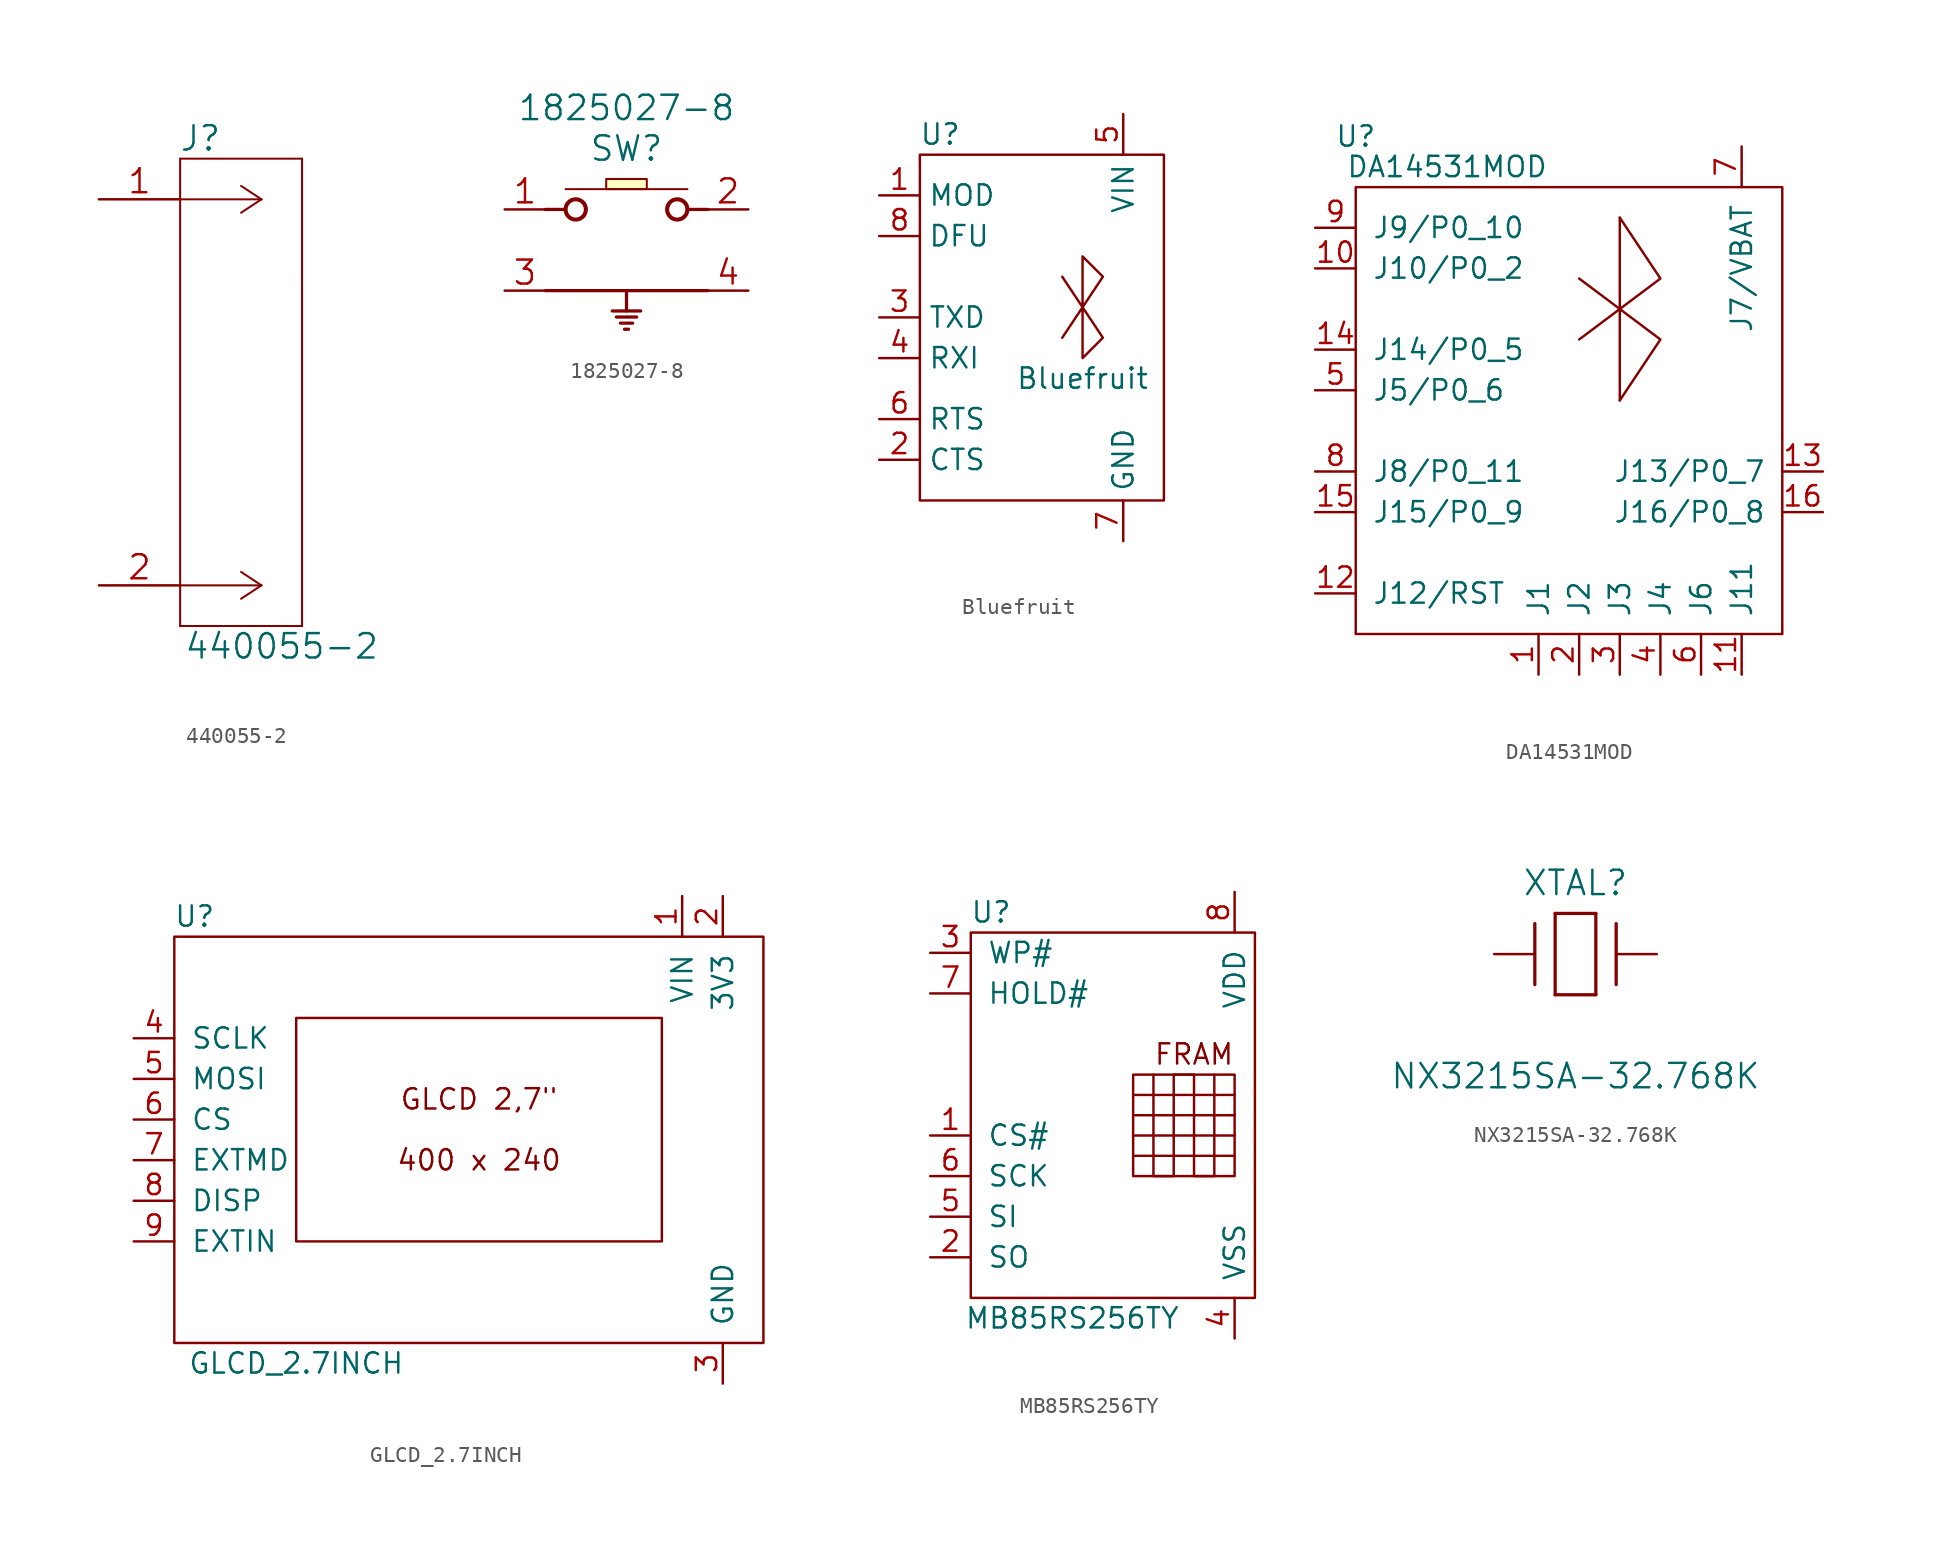
<source format=kicad_sym>
(kicad_symbol_lib
  (version 20211014)
  (generator kicad_symbol_editor)
  (symbol "440055-2"
    (pin_names
      (offset 0.254) hide)
    (property "Reference" "J"
      (at 6.35 3.81 0)
      (effects (font (size 1.524 1.524))))
    (property "Value" "440055-2"
      (at 11.43 -27.94 0)
      (effects (font (size 1.524 1.524))))
    (symbol "440055-2_0_1"
      (polyline (pts (xy 5.08 -26.67) (xy 12.7 -26.67)) (stroke (width 0.127) (type default) (color 0 0 0 0)) (fill (type none))))
    (symbol "440055-2_1_1"
      (polyline (pts (xy 5.08 2.54) (xy 5.08 -26.67)) (stroke (width 0.127) (type default) (color 0 0 0 0)) (fill (type none)))
      (polyline (pts (xy 10.16 -24.13) (xy 5.08 -24.13)) (stroke (width 0.127) (type default) (color 0 0 0 0)) (fill (type none)))
      (polyline (pts (xy 10.16 -24.13) (xy 8.89 -24.968)) (stroke (width 0.127) (type default) (color 0 0 0 0)) (fill (type none)))
      (polyline (pts (xy 10.16 -24.13) (xy 8.89 -23.292)) (stroke (width 0.127) (type default) (color 0 0 0 0)) (fill (type none)))
      (polyline (pts (xy 10.16 0) (xy 5.08 0)) (stroke (width 0.127) (type default) (color 0 0 0 0)) (fill (type none)))
      (polyline (pts (xy 10.16 0) (xy 8.89 -0.838)) (stroke (width 0.127) (type default) (color 0 0 0 0)) (fill (type none)))
      (polyline (pts (xy 10.16 0) (xy 8.89 0.838)) (stroke (width 0.127) (type default) (color 0 0 0 0)) (fill (type none)))
      (polyline (pts (xy 12.7 -26.67) (xy 12.7 -5.08)) (stroke (width 0.127) (type default) (color 0 0 0 0)) (fill (type none)))
      (polyline (pts (xy 12.7 -5.08) (xy 12.7 2.54)) (stroke (width 0.127) (type default) (color 0 0 0 0)) (fill (type none)))
      (polyline (pts (xy 12.7 2.54) (xy 5.08 2.54)) (stroke (width 0.127) (type default) (color 0 0 0 0)) (fill (type none)))
      (pin unspecified line (at 0 0 0) (length 5.08) (name "1" (effects (font (size 1.499 1.499)))) (number "1" (effects (font (size 1.499 1.499)))))
      (pin unspecified line (at 0 -24.13 0) (length 5.08) (name "2" (effects (font (size 1.499 1.499)))) (number "2" (effects (font (size 1.499 1.499)))))))
  (symbol "1825027-8"
    (pin_names
      (offset -1.905) hide)
    (property "Reference" "SW"
      (at 7.62 3.81 0)
      (effects (font (size 1.524 1.524))))
    (property "Value" "1825027-8"
      (at 7.62 6.35 0)
      (effects (font (size 1.524 1.524))))
    (symbol "1825027-8_0_1"
      (polyline (pts (xy 3.81 1.27) (xy 11.43 1.27)) (stroke (width 0.127) (type default) (color 0 0 0 0)) (fill (type none)))
      (rectangle (start 6.35 1.27) (end 8.89 1.905) (stroke (width 0.127) (type default) (color 0 0 0 0)) (fill (type background))))
    (symbol "1825027-8_1_1"
      (polyline (pts (xy 2.54 -5.08) (xy 12.7 -5.08)) (stroke (width 0.203) (type default) (color 0 0 0 0)) (fill (type none)))
      (polyline (pts (xy 2.54 0) (xy 3.81 0)) (stroke (width 0.203) (type default) (color 0 0 0 0)) (fill (type none)))
      (polyline (pts (xy 6.731 -6.35) (xy 8.509 -6.35)) (stroke (width 0.203) (type default) (color 0 0 0 0)) (fill (type none)))
      (polyline (pts (xy 6.985 -6.731) (xy 8.255 -6.731)) (stroke (width 0.203) (type default) (color 0 0 0 0)) (fill (type none)))
      (polyline (pts (xy 7.239 -7.112) (xy 8.001 -7.112)) (stroke (width 0.203) (type default) (color 0 0 0 0)) (fill (type none)))
      (polyline (pts (xy 7.493 -7.493) (xy 7.747 -7.493)) (stroke (width 0.203) (type default) (color 0 0 0 0)) (fill (type none)))
      (polyline (pts (xy 7.62 -5.08) (xy 7.62 -6.35)) (stroke (width 0.203) (type default) (color 0 0 0 0)) (fill (type none)))
      (polyline (pts (xy 12.7 0) (xy 11.43 0)) (stroke (width 0.203) (type default) (color 0 0 0 0)) (fill (type none)))
      (circle (center 4.445 0) (radius 0.635) (stroke (width 0.254) (type default) (color 0 0 0 0)) (fill (type none)))
      (circle (center 10.795 0) (radius 0.635) (stroke (width 0.254) (type default) (color 0 0 0 0)) (fill (type none)))
      (pin unspecified line (at 0 0 0) (length 2.54) (name "1" (effects (font (size 1.499 1.499)))) (number "1" (effects (font (size 1.499 1.499)))))
      (pin unspecified line (at 15.24 0 180) (length 2.54) (name "2" (effects (font (size 1.499 1.499)))) (number "2" (effects (font (size 1.499 1.499)))))
      (pin unspecified line (at 0 -5.08 0) (length 2.54) (name "3" (effects (font (size 1.499 1.499)))) (number "3" (effects (font (size 1.499 1.499)))))
      (pin unspecified line (at 15.24 -5.08 180) (length 2.54) (name "4" (effects (font (size 1.499 1.499)))) (number "4" (effects (font (size 1.499 1.499)))))))
  (symbol "Bluefruit"
    (property "Reference" "U"
      (at 3.81 20.32 0)
      (effects (font (size 1.27 1.27))))
    (property "Value" "Bluefruit"
      (at 12.7 5.08 0)
      (effects (font (size 1.27 1.27))))
    (symbol "Bluefruit_0_1"
      (polyline (pts (xy 11.43 11.43) (xy 13.97 7.62) (xy 12.7 6.35) (xy 12.7 12.7) (xy 13.97 11.43) (xy 11.43 7.62)) (stroke (width 0) (type default) (color 0 0 0 0)) (fill (type none)))
      (rectangle (start 2.54 19.05) (end 17.78 -2.54) (stroke (width 0) (type default) (color 0 0 0 0)) (fill (type none))))
    (symbol "Bluefruit_1_1"
      (pin input line (at 0 16.51 0) (length 2.54) (name "MOD" (effects (font (size 1.27 1.27)))) (number "1" (effects (font (size 1.27 1.27)))))
      (pin input line (at 0 0 0) (length 2.54) (name "CTS" (effects (font (size 1.27 1.27)))) (number "2" (effects (font (size 1.27 1.27)))))
      (pin output line (at 0 8.89 0) (length 2.54) (name "TXD" (effects (font (size 1.27 1.27)))) (number "3" (effects (font (size 1.27 1.27)))))
      (pin input line (at 0 6.35 0) (length 2.54) (name "RXI" (effects (font (size 1.27 1.27)))) (number "4" (effects (font (size 1.27 1.27)))))
      (pin power_in line (at 15.24 21.59 270) (length 2.54) (name "VIN" (effects (font (size 1.27 1.27)))) (number "5" (effects (font (size 1.27 1.27)))))
      (pin output line (at 0 2.54 0) (length 2.54) (name "RTS" (effects (font (size 1.27 1.27)))) (number "6" (effects (font (size 1.27 1.27)))))
      (pin power_in line (at 15.24 -5.08 90) (length 2.54) (name "GND" (effects (font (size 1.27 1.27)))) (number "7" (effects (font (size 1.27 1.27)))))
      (pin input line (at 0 13.97 0) (length 2.54) (name "DFU" (effects (font (size 1.27 1.27)))) (number "8" (effects (font (size 1.27 1.27)))))))
  (symbol "DA14531MOD"
    (pin_names
      (offset 1.016))
    (property "Reference" "U"
      (at 2.54 28.575 0)
      (effects (font (size 1.27 1.27))))
    (property "Value" "DA14531MOD"
      (at 8.255 26.67 0)
      (effects (font (size 1.27 1.27))))
    (symbol "DA14531MOD_0_1"
      (polyline (pts (xy 19.05 23.495) (xy 19.05 12.065)) (stroke (width 0) (type default) (color 0 0 0 0)) (fill (type none)))
      (polyline (pts (xy 19.05 12.065) (xy 21.59 15.875) (xy 16.51 19.685)) (stroke (width 0) (type default) (color 0 0 0 0)) (fill (type none)))
      (polyline (pts (xy 19.05 23.495) (xy 21.59 19.685) (xy 16.51 15.875)) (stroke (width 0) (type default) (color 0 0 0 0)) (fill (type none)))
      (rectangle (start 2.54 25.4) (end 29.21 -2.54) (stroke (width 0) (type default) (color 0 0 0 0)) (fill (type none))))
    (symbol "DA14531MOD_1_1"
      (pin power_in line (at 13.97 -5.08 90) (length 2.54) (name "J1" (effects (font (size 1.27 1.27)))) (number "1" (effects (font (size 1.27 1.27)))))
      (pin bidirectional line (at 0 20.32 0) (length 2.54) (name "J10/P0_2" (effects (font (size 1.27 1.27)))) (number "10" (effects (font (size 1.27 1.27)))))
      (pin power_in line (at 26.67 -5.08 90) (length 2.54) (name "J11" (effects (font (size 1.27 1.27)))) (number "11" (effects (font (size 1.27 1.27)))))
      (pin input line (at 0 0 0) (length 2.54) (name "J12/RST" (effects (font (size 1.27 1.27)))) (number "12" (effects (font (size 1.27 1.27)))))
      (pin bidirectional line (at 31.75 7.62 180) (length 2.54) (name "J13/P0_7" (effects (font (size 1.27 1.27)))) (number "13" (effects (font (size 1.27 1.27)))))
      (pin bidirectional line (at 0 15.24 0) (length 2.54) (name "J14/P0_5" (effects (font (size 1.27 1.27)))) (number "14" (effects (font (size 1.27 1.27)))))
      (pin bidirectional line (at 0 5.08 0) (length 2.54) (name "J15/P0_9" (effects (font (size 1.27 1.27)))) (number "15" (effects (font (size 1.27 1.27)))))
      (pin bidirectional line (at 31.75 5.08 180) (length 2.54) (name "J16/P0_8" (effects (font (size 1.27 1.27)))) (number "16" (effects (font (size 1.27 1.27)))))
      (pin power_in line (at 16.51 -5.08 90) (length 2.54) (name "J2" (effects (font (size 1.27 1.27)))) (number "2" (effects (font (size 1.27 1.27)))))
      (pin power_in line (at 19.05 -5.08 90) (length 2.54) (name "J3" (effects (font (size 1.27 1.27)))) (number "3" (effects (font (size 1.27 1.27)))))
      (pin power_in line (at 21.59 -5.08 90) (length 2.54) (name "J4" (effects (font (size 1.27 1.27)))) (number "4" (effects (font (size 1.27 1.27)))))
      (pin bidirectional line (at 0 12.7 0) (length 2.54) (name "J5/P0_6" (effects (font (size 1.27 1.27)))) (number "5" (effects (font (size 1.27 1.27)))))
      (pin power_in line (at 24.13 -5.08 90) (length 2.54) (name "J6" (effects (font (size 1.27 1.27)))) (number "6" (effects (font (size 1.27 1.27)))))
      (pin power_in line (at 26.67 27.94 270) (length 2.54) (name "J7/VBAT" (effects (font (size 1.27 1.27)))) (number "7" (effects (font (size 1.27 1.27)))))
      (pin bidirectional line (at 0 7.62 0) (length 2.54) (name "J8/P0_11" (effects (font (size 1.27 1.27)))) (number "8" (effects (font (size 1.27 1.27)))))
      (pin bidirectional line (at 0 22.86 0) (length 2.54) (name "J9/P0_10" (effects (font (size 1.27 1.27)))) (number "9" (effects (font (size 1.27 1.27)))))))
  (symbol "GLCD_2.7INCH"
    (pin_names
      (offset 1.016))
    (property "Reference" "U"
      (at 1.27 26.67 0)
      (effects (font (size 1.27 1.27))))
    (property "Value" "GLCD_2.7INCH"
      (at 7.62 -1.27 0)
      (effects (font (size 1.27 1.27))))
    (symbol "GLCD_2.7INCH_0_0"
      (rectangle (start 0 25.4) (end 36.83 0) (stroke (width 0) (type default) (color 0 0 0 0)) (fill (type none)))
      (rectangle (start 7.62 20.32) (end 30.48 6.35) (stroke (width 0) (type default) (color 0 0 0 0)) (fill (type none)))
      (text "400 x 240" (at 19.05 11.43 0) (effects (font (size 1.27 1.27))))
      (text "GLCD 2,7\"" (at 19.05 15.24 0) (effects (font (size 1.27 1.27)))))
    (symbol "GLCD_2.7INCH_1_1"
      (pin power_in line (at 31.75 27.94 270) (length 2.54) (name "VIN" (effects (font (size 1.27 1.27)))) (number "1" (effects (font (size 1.27 1.27)))))
      (pin power_in line (at 34.29 27.94 270) (length 2.54) (name "3V3" (effects (font (size 1.27 1.27)))) (number "2" (effects (font (size 1.27 1.27)))))
      (pin power_in line (at 34.29 -2.54 90) (length 2.54) (name "GND" (effects (font (size 1.27 1.27)))) (number "3" (effects (font (size 1.27 1.27)))))
      (pin input line (at -2.54 19.05 0) (length 2.54) (name "SCLK" (effects (font (size 1.27 1.27)))) (number "4" (effects (font (size 1.27 1.27)))))
      (pin input line (at -2.54 16.51 0) (length 2.54) (name "MOSI" (effects (font (size 1.27 1.27)))) (number "5" (effects (font (size 1.27 1.27)))))
      (pin input line (at -2.54 13.97 0) (length 2.54) (name "CS" (effects (font (size 1.27 1.27)))) (number "6" (effects (font (size 1.27 1.27)))))
      (pin input line (at -2.54 11.43 0) (length 2.54) (name "EXTMD" (effects (font (size 1.27 1.27)))) (number "7" (effects (font (size 1.27 1.27)))))
      (pin input line (at -2.54 8.89 0) (length 2.54) (name "DISP" (effects (font (size 1.27 1.27)))) (number "8" (effects (font (size 1.27 1.27)))))
      (pin input line (at -2.54 6.35 0) (length 2.54) (name "EXTIN" (effects (font (size 1.27 1.27)))) (number "9" (effects (font (size 1.27 1.27)))))))
  (symbol "MB85RS256TY"
    (pin_names
      (offset 1.016))
    (property "Reference" "U"
      (at 3.81 19.05 0)
      (effects (font (size 1.27 1.27))))
    (property "Value" "MB85RS256TY"
      (at 8.89 -6.35 0)
      (effects (font (size 1.27 1.27))))
    (symbol "MB85RS256TY_0_0"
      (text "FRAM" (at 16.51 10.16 0) (effects (font (size 1.27 1.27)))))
    (symbol "MB85RS256TY_0_1"
      (polyline (pts (xy 12.7 3.81) (xy 19.05 3.81)) (stroke (width 0) (type default) (color 0 0 0 0)) (fill (type none)))
      (polyline (pts (xy 12.7 5.08) (xy 19.05 5.08)) (stroke (width 0) (type default) (color 0 0 0 0)) (fill (type none)))
      (polyline (pts (xy 12.7 6.35) (xy 19.05 6.35)) (stroke (width 0) (type default) (color 0 0 0 0)) (fill (type none)))
      (polyline (pts (xy 12.7 7.62) (xy 19.05 7.62)) (stroke (width 0) (type default) (color 0 0 0 0)) (fill (type none)))
      (polyline (pts (xy 12.7 8.89) (xy 19.05 8.89) (xy 19.05 2.54) (xy 12.7 2.54) (xy 12.7 8.89)) (stroke (width 0) (type default) (color 0 0 0 0)) (fill (type none)))
      (polyline (pts (xy 13.97 8.89) (xy 13.97 2.54) (xy 15.24 2.54) (xy 15.24 8.89) (xy 16.51 8.89) (xy 16.51 2.54) (xy 17.78 2.54) (xy 17.78 8.89)) (stroke (width 0) (type default) (color 0 0 0 0)) (fill (type none)))
      (rectangle (start 2.54 17.78) (end 20.32 -5.08) (stroke (width 0) (type default) (color 0 0 0 0)) (fill (type none))))
    (symbol "MB85RS256TY_1_1"
      (pin input line (at 0 5.08 0) (length 2.54) (name "CS#" (effects (font (size 1.27 1.27)))) (number "1" (effects (font (size 1.27 1.27)))))
      (pin input line (at 0 -2.54 0) (length 2.54) (name "SO" (effects (font (size 1.27 1.27)))) (number "2" (effects (font (size 1.27 1.27)))))
      (pin input line (at 0 16.51 0) (length 2.54) (name "WP#" (effects (font (size 1.27 1.27)))) (number "3" (effects (font (size 1.27 1.27)))))
      (pin power_in line (at 19.05 -7.62 90) (length 2.54) (name "VSS" (effects (font (size 1.27 1.27)))) (number "4" (effects (font (size 1.27 1.27)))))
      (pin input line (at 0 0 0) (length 2.54) (name "SI" (effects (font (size 1.27 1.27)))) (number "5" (effects (font (size 1.27 1.27)))))
      (pin input line (at 0 2.54 0) (length 2.54) (name "SCK" (effects (font (size 1.27 1.27)))) (number "6" (effects (font (size 1.27 1.27)))))
      (pin input line (at 0 13.97 0) (length 2.54) (name "HOLD#" (effects (font (size 1.27 1.27)))) (number "7" (effects (font (size 1.27 1.27)))))
      (pin power_in line (at 19.05 20.32 270) (length 2.54) (name "VDD" (effects (font (size 1.27 1.27)))) (number "8" (effects (font (size 1.27 1.27)))))))
  (symbol "NX3215SA-32.768K"
    (pin_numbers hide)
    (pin_names hide)
    (property "Reference" "XTAL"
      (at 5.08 4.445 0)
      (effects (font (size 1.524 1.524))))
    (property "Value" "NX3215SA-32.768K"
      (at 5.08 -7.62 0)
      (effects (font (size 1.524 1.524))))
    (symbol "NX3215SA-32.768K_1_1"
      (polyline (pts (xy 2.54 -1.905) (xy 2.54 1.905)) (stroke (width 0.203) (type default) (color 0 0 0 0)) (fill (type none)))
      (polyline (pts (xy 3.81 -2.54) (xy 3.81 2.54)) (stroke (width 0.203) (type default) (color 0 0 0 0)) (fill (type none)))
      (polyline (pts (xy 3.81 2.54) (xy 6.35 2.54)) (stroke (width 0.203) (type default) (color 0 0 0 0)) (fill (type none)))
      (polyline (pts (xy 6.35 -2.54) (xy 3.81 -2.54)) (stroke (width 0.203) (type default) (color 0 0 0 0)) (fill (type none)))
      (polyline (pts (xy 6.35 2.54) (xy 6.35 -2.54)) (stroke (width 0.203) (type default) (color 0 0 0 0)) (fill (type none)))
      (polyline (pts (xy 7.62 -1.905) (xy 7.62 1.905)) (stroke (width 0.203) (type default) (color 0 0 0 0)) (fill (type none)))
      (pin unspecified line (at 0 0 0) (length 2.54) (name "1" (effects (font (size 1.499 1.499)))) (number "1" (effects (font (size 1.499 1.499)))))
      (pin unspecified line (at 10.16 0 180) (length 2.54) (name "2" (effects (font (size 1.499 1.499)))) (number "2" (effects (font (size 1.499 1.499))))))))
</source>
